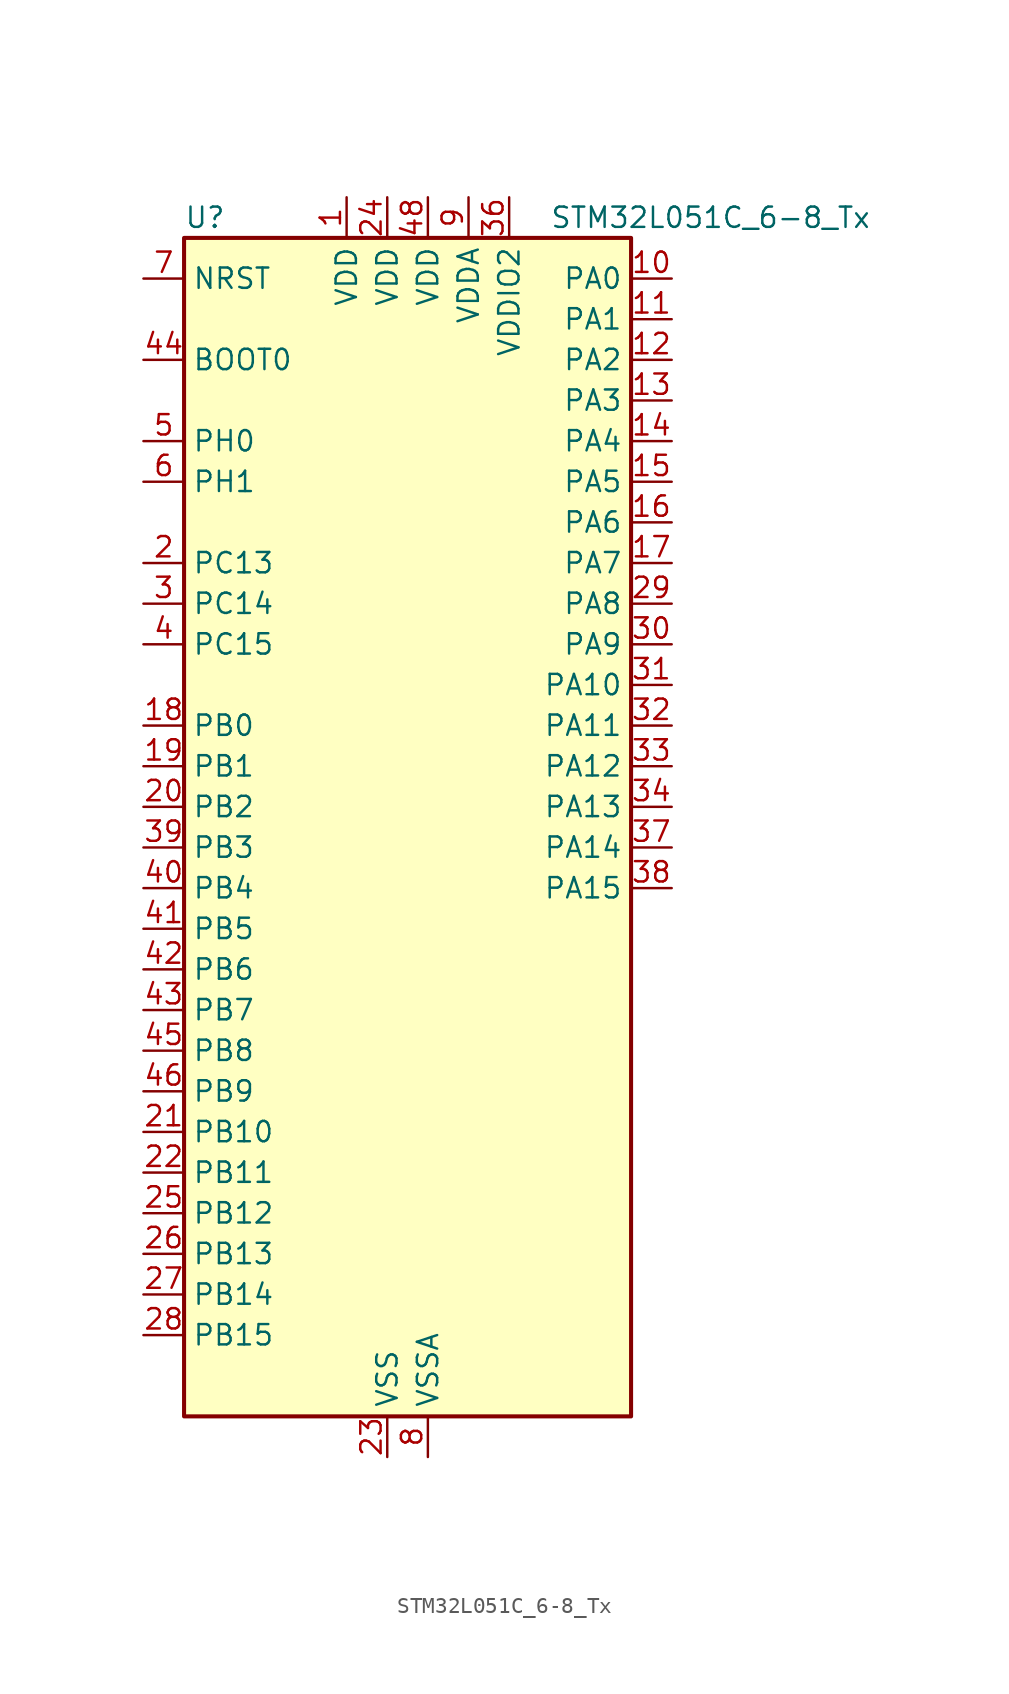
<source format=kicad_sym>
(kicad_symbol_lib
  (version 20220914)
  (generator kicad_symbol_editor)
  (symbol "STM32L051C_6-8_Tx"
    (property "Reference" "U"
      (at -12.7 39.37 0)
      (effects (font (size 1.27 1.27)) (justify left)))
    (property "Value" "STM32L051C_6-8_Tx"
      (at 10.16 39.37 0)
      (effects (font (size 1.27 1.27)) (justify left)))
    (property "ki_locked" ""
      (at 0 0 0)
      (effects (font (size 1.27 1.27))))
    (symbol "STM32L051C_6-8_Tx_0_1"
      (rectangle (start -12.7 -35.56) (end 15.24 38.1) (stroke (width 0.254) (type default)) (fill (type background))))
    (symbol "STM32L051C_6-8_Tx_1_1"
      (pin power_in line (at -2.54 40.64 270) (length 2.54) (name "VDD" (effects (font (size 1.27 1.27)))) (number "1" (effects (font (size 1.27 1.27)))))
      (pin bidirectional line (at 17.78 35.56 180) (length 2.54) (name "PA0" (effects (font (size 1.27 1.27)))) (number "10" (effects (font (size 1.27 1.27)))) (alternate "ADC_IN0" bidirectional line) (alternate "COMP1_INM" bidirectional line) (alternate "COMP1_OUT" bidirectional line) (alternate "RTC_TAMP2" bidirectional line) (alternate "SYS_WKUP1" bidirectional line) (alternate "TIM2_CH1" bidirectional line) (alternate "TIM2_ETR" bidirectional line) (alternate "USART2_CTS" bidirectional line))
      (pin bidirectional line (at 17.78 33.02 180) (length 2.54) (name "PA1" (effects (font (size 1.27 1.27)))) (number "11" (effects (font (size 1.27 1.27)))) (alternate "ADC_IN1" bidirectional line) (alternate "COMP1_INP" bidirectional line) (alternate "TIM21_ETR" bidirectional line) (alternate "TIM2_CH2" bidirectional line) (alternate "USART2_DE" bidirectional line) (alternate "USART2_RTS" bidirectional line))
      (pin bidirectional line (at 17.78 30.48 180) (length 2.54) (name "PA2" (effects (font (size 1.27 1.27)))) (number "12" (effects (font (size 1.27 1.27)))) (alternate "ADC_IN2" bidirectional line) (alternate "COMP2_INM" bidirectional line) (alternate "COMP2_OUT" bidirectional line) (alternate "TIM21_CH1" bidirectional line) (alternate "TIM2_CH3" bidirectional line) (alternate "USART2_TX" bidirectional line))
      (pin bidirectional line (at 17.78 27.94 180) (length 2.54) (name "PA3" (effects (font (size 1.27 1.27)))) (number "13" (effects (font (size 1.27 1.27)))) (alternate "ADC_IN3" bidirectional line) (alternate "COMP2_INP" bidirectional line) (alternate "TIM21_CH2" bidirectional line) (alternate "TIM2_CH4" bidirectional line) (alternate "USART2_RX" bidirectional line))
      (pin bidirectional line (at 17.78 25.4 180) (length 2.54) (name "PA4" (effects (font (size 1.27 1.27)))) (number "14" (effects (font (size 1.27 1.27)))) (alternate "ADC_IN4" bidirectional line) (alternate "COMP1_INM" bidirectional line) (alternate "COMP2_INM" bidirectional line) (alternate "SPI1_NSS" bidirectional line) (alternate "TIM22_ETR" bidirectional line) (alternate "USART2_CK" bidirectional line))
      (pin bidirectional line (at 17.78 22.86 180) (length 2.54) (name "PA5" (effects (font (size 1.27 1.27)))) (number "15" (effects (font (size 1.27 1.27)))) (alternate "ADC_IN5" bidirectional line) (alternate "COMP1_INM" bidirectional line) (alternate "COMP2_INM" bidirectional line) (alternate "SPI1_SCK" bidirectional line) (alternate "TIM2_CH1" bidirectional line) (alternate "TIM2_ETR" bidirectional line))
      (pin bidirectional line (at 17.78 20.32 180) (length 2.54) (name "PA6" (effects (font (size 1.27 1.27)))) (number "16" (effects (font (size 1.27 1.27)))) (alternate "ADC_IN6" bidirectional line) (alternate "COMP1_OUT" bidirectional line) (alternate "LPUART1_CTS" bidirectional line) (alternate "SPI1_MISO" bidirectional line) (alternate "TIM22_CH1" bidirectional line))
      (pin bidirectional line (at 17.78 17.78 180) (length 2.54) (name "PA7" (effects (font (size 1.27 1.27)))) (number "17" (effects (font (size 1.27 1.27)))) (alternate "ADC_IN7" bidirectional line) (alternate "COMP2_OUT" bidirectional line) (alternate "SPI1_MOSI" bidirectional line) (alternate "TIM22_CH2" bidirectional line))
      (pin bidirectional line (at -15.24 7.62 0) (length 2.54) (name "PB0" (effects (font (size 1.27 1.27)))) (number "18" (effects (font (size 1.27 1.27)))) (alternate "ADC_IN8" bidirectional line) (alternate "SYS_VREF_OUT_PB0" bidirectional line))
      (pin bidirectional line (at -15.24 5.08 0) (length 2.54) (name "PB1" (effects (font (size 1.27 1.27)))) (number "19" (effects (font (size 1.27 1.27)))) (alternate "ADC_IN9" bidirectional line) (alternate "LPUART1_DE" bidirectional line) (alternate "LPUART1_RTS" bidirectional line) (alternate "SYS_VREF_OUT_PB1" bidirectional line))
      (pin bidirectional line (at -15.24 17.78 0) (length 2.54) (name "PC13" (effects (font (size 1.27 1.27)))) (number "2" (effects (font (size 1.27 1.27)))) (alternate "RTC_OUT_ALARM" bidirectional line) (alternate "RTC_OUT_CALIB" bidirectional line) (alternate "RTC_TAMP1" bidirectional line) (alternate "RTC_TS" bidirectional line) (alternate "SYS_WKUP2" bidirectional line))
      (pin bidirectional line (at -15.24 2.54 0) (length 2.54) (name "PB2" (effects (font (size 1.27 1.27)))) (number "20" (effects (font (size 1.27 1.27)))) (alternate "LPTIM1_OUT" bidirectional line))
      (pin bidirectional line (at -15.24 -17.78 0) (length 2.54) (name "PB10" (effects (font (size 1.27 1.27)))) (number "21" (effects (font (size 1.27 1.27)))) (alternate "I2C2_SCL" bidirectional line) (alternate "LPUART1_TX" bidirectional line) (alternate "SPI2_SCK" bidirectional line) (alternate "TIM2_CH3" bidirectional line))
      (pin bidirectional line (at -15.24 -20.32 0) (length 2.54) (name "PB11" (effects (font (size 1.27 1.27)))) (number "22" (effects (font (size 1.27 1.27)))) (alternate "ADC_EXTI11" bidirectional line) (alternate "I2C2_SDA" bidirectional line) (alternate "LPUART1_RX" bidirectional line) (alternate "TIM2_CH4" bidirectional line))
      (pin power_in line (at 0 -38.1 90) (length 2.54) (name "VSS" (effects (font (size 1.27 1.27)))) (number "23" (effects (font (size 1.27 1.27)))))
      (pin power_in line (at 0 40.64 270) (length 2.54) (name "VDD" (effects (font (size 1.27 1.27)))) (number "24" (effects (font (size 1.27 1.27)))))
      (pin bidirectional line (at -15.24 -22.86 0) (length 2.54) (name "PB12" (effects (font (size 1.27 1.27)))) (number "25" (effects (font (size 1.27 1.27)))) (alternate "I2S2_WS" bidirectional line) (alternate "LPUART1_DE" bidirectional line) (alternate "LPUART1_RTS" bidirectional line) (alternate "SPI2_NSS" bidirectional line))
      (pin bidirectional line (at -15.24 -25.4 0) (length 2.54) (name "PB13" (effects (font (size 1.27 1.27)))) (number "26" (effects (font (size 1.27 1.27)))) (alternate "I2C2_SCL" bidirectional line) (alternate "I2S2_CK" bidirectional line) (alternate "LPUART1_CTS" bidirectional line) (alternate "SPI2_SCK" bidirectional line) (alternate "TIM21_CH1" bidirectional line))
      (pin bidirectional line (at -15.24 -27.94 0) (length 2.54) (name "PB14" (effects (font (size 1.27 1.27)))) (number "27" (effects (font (size 1.27 1.27)))) (alternate "I2C2_SDA" bidirectional line) (alternate "I2S2_MCK" bidirectional line) (alternate "LPUART1_DE" bidirectional line) (alternate "LPUART1_RTS" bidirectional line) (alternate "RTC_OUT_ALARM" bidirectional line) (alternate "RTC_OUT_CALIB" bidirectional line) (alternate "SPI2_MISO" bidirectional line) (alternate "TIM21_CH2" bidirectional line))
      (pin bidirectional line (at -15.24 -30.48 0) (length 2.54) (name "PB15" (effects (font (size 1.27 1.27)))) (number "28" (effects (font (size 1.27 1.27)))) (alternate "I2S2_SD" bidirectional line) (alternate "RTC_REFIN" bidirectional line) (alternate "SPI2_MOSI" bidirectional line))
      (pin bidirectional line (at 17.78 15.24 180) (length 2.54) (name "PA8" (effects (font (size 1.27 1.27)))) (number "29" (effects (font (size 1.27 1.27)))) (alternate "RCC_MCO" bidirectional line) (alternate "USART1_CK" bidirectional line))
      (pin bidirectional line (at -15.24 15.24 0) (length 2.54) (name "PC14" (effects (font (size 1.27 1.27)))) (number "3" (effects (font (size 1.27 1.27)))) (alternate "RCC_OSC32_IN" bidirectional line))
      (pin bidirectional line (at 17.78 12.7 180) (length 2.54) (name "PA9" (effects (font (size 1.27 1.27)))) (number "30" (effects (font (size 1.27 1.27)))) (alternate "RCC_MCO" bidirectional line) (alternate "USART1_TX" bidirectional line))
      (pin bidirectional line (at 17.78 10.16 180) (length 2.54) (name "PA10" (effects (font (size 1.27 1.27)))) (number "31" (effects (font (size 1.27 1.27)))) (alternate "USART1_RX" bidirectional line))
      (pin bidirectional line (at 17.78 7.62 180) (length 2.54) (name "PA11" (effects (font (size 1.27 1.27)))) (number "32" (effects (font (size 1.27 1.27)))) (alternate "ADC_EXTI11" bidirectional line) (alternate "COMP1_OUT" bidirectional line) (alternate "SPI1_MISO" bidirectional line) (alternate "USART1_CTS" bidirectional line))
      (pin bidirectional line (at 17.78 5.08 180) (length 2.54) (name "PA12" (effects (font (size 1.27 1.27)))) (number "33" (effects (font (size 1.27 1.27)))) (alternate "COMP2_OUT" bidirectional line) (alternate "SPI1_MOSI" bidirectional line) (alternate "USART1_DE" bidirectional line) (alternate "USART1_RTS" bidirectional line))
      (pin bidirectional line (at 17.78 2.54 180) (length 2.54) (name "PA13" (effects (font (size 1.27 1.27)))) (number "34" (effects (font (size 1.27 1.27)))) (alternate "SYS_SWDIO" bidirectional line))
      (pin passive line (at 0 -38.1 90) (length 2.54) hide (name "VSS" (effects (font (size 1.27 1.27)))) (number "35" (effects (font (size 1.27 1.27)))))
      (pin power_in line (at 7.62 40.64 270) (length 2.54) (name "VDDIO2" (effects (font (size 1.27 1.27)))) (number "36" (effects (font (size 1.27 1.27)))))
      (pin bidirectional line (at 17.78 0 180) (length 2.54) (name "PA14" (effects (font (size 1.27 1.27)))) (number "37" (effects (font (size 1.27 1.27)))) (alternate "SYS_SWCLK" bidirectional line) (alternate "USART2_TX" bidirectional line))
      (pin bidirectional line (at 17.78 -2.54 180) (length 2.54) (name "PA15" (effects (font (size 1.27 1.27)))) (number "38" (effects (font (size 1.27 1.27)))) (alternate "SPI1_NSS" bidirectional line) (alternate "TIM2_CH1" bidirectional line) (alternate "TIM2_ETR" bidirectional line) (alternate "USART2_RX" bidirectional line))
      (pin bidirectional line (at -15.24 0 0) (length 2.54) (name "PB3" (effects (font (size 1.27 1.27)))) (number "39" (effects (font (size 1.27 1.27)))) (alternate "COMP2_INM" bidirectional line) (alternate "SPI1_SCK" bidirectional line) (alternate "TIM2_CH2" bidirectional line))
      (pin bidirectional line (at -15.24 12.7 0) (length 2.54) (name "PC15" (effects (font (size 1.27 1.27)))) (number "4" (effects (font (size 1.27 1.27)))) (alternate "RCC_OSC32_OUT" bidirectional line))
      (pin bidirectional line (at -15.24 -2.54 0) (length 2.54) (name "PB4" (effects (font (size 1.27 1.27)))) (number "40" (effects (font (size 1.27 1.27)))) (alternate "COMP2_INP" bidirectional line) (alternate "SPI1_MISO" bidirectional line) (alternate "TIM22_CH1" bidirectional line))
      (pin bidirectional line (at -15.24 -5.08 0) (length 2.54) (name "PB5" (effects (font (size 1.27 1.27)))) (number "41" (effects (font (size 1.27 1.27)))) (alternate "COMP2_INP" bidirectional line) (alternate "I2C1_SMBA" bidirectional line) (alternate "LPTIM1_IN1" bidirectional line) (alternate "SPI1_MOSI" bidirectional line) (alternate "TIM22_CH2" bidirectional line))
      (pin bidirectional line (at -15.24 -7.62 0) (length 2.54) (name "PB6" (effects (font (size 1.27 1.27)))) (number "42" (effects (font (size 1.27 1.27)))) (alternate "COMP2_INP" bidirectional line) (alternate "I2C1_SCL" bidirectional line) (alternate "LPTIM1_ETR" bidirectional line) (alternate "USART1_TX" bidirectional line))
      (pin bidirectional line (at -15.24 -10.16 0) (length 2.54) (name "PB7" (effects (font (size 1.27 1.27)))) (number "43" (effects (font (size 1.27 1.27)))) (alternate "COMP2_INP" bidirectional line) (alternate "I2C1_SDA" bidirectional line) (alternate "LPTIM1_IN2" bidirectional line) (alternate "SYS_PVD_IN" bidirectional line) (alternate "USART1_RX" bidirectional line))
      (pin input line (at -15.24 30.48 0) (length 2.54) (name "BOOT0" (effects (font (size 1.27 1.27)))) (number "44" (effects (font (size 1.27 1.27)))))
      (pin bidirectional line (at -15.24 -12.7 0) (length 2.54) (name "PB8" (effects (font (size 1.27 1.27)))) (number "45" (effects (font (size 1.27 1.27)))) (alternate "I2C1_SCL" bidirectional line))
      (pin bidirectional line (at -15.24 -15.24 0) (length 2.54) (name "PB9" (effects (font (size 1.27 1.27)))) (number "46" (effects (font (size 1.27 1.27)))) (alternate "I2C1_SDA" bidirectional line) (alternate "I2S2_WS" bidirectional line) (alternate "SPI2_NSS" bidirectional line))
      (pin passive line (at 0 -38.1 90) (length 2.54) hide (name "VSS" (effects (font (size 1.27 1.27)))) (number "47" (effects (font (size 1.27 1.27)))))
      (pin power_in line (at 2.54 40.64 270) (length 2.54) (name "VDD" (effects (font (size 1.27 1.27)))) (number "48" (effects (font (size 1.27 1.27)))))
      (pin bidirectional line (at -15.24 25.4 0) (length 2.54) (name "PH0" (effects (font (size 1.27 1.27)))) (number "5" (effects (font (size 1.27 1.27)))) (alternate "RCC_OSC_IN" bidirectional line))
      (pin bidirectional line (at -15.24 22.86 0) (length 2.54) (name "PH1" (effects (font (size 1.27 1.27)))) (number "6" (effects (font (size 1.27 1.27)))) (alternate "RCC_OSC_OUT" bidirectional line))
      (pin input line (at -15.24 35.56 0) (length 2.54) (name "NRST" (effects (font (size 1.27 1.27)))) (number "7" (effects (font (size 1.27 1.27)))))
      (pin power_in line (at 2.54 -38.1 90) (length 2.54) (name "VSSA" (effects (font (size 1.27 1.27)))) (number "8" (effects (font (size 1.27 1.27)))))
      (pin power_in line (at 5.08 40.64 270) (length 2.54) (name "VDDA" (effects (font (size 1.27 1.27)))) (number "9" (effects (font (size 1.27 1.27))))))))
</source>
